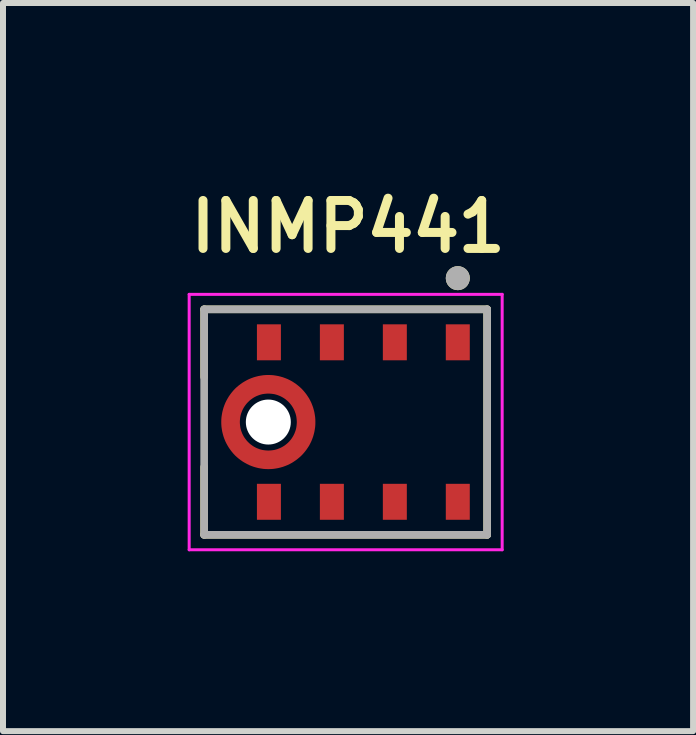
<source format=kicad_pcb>
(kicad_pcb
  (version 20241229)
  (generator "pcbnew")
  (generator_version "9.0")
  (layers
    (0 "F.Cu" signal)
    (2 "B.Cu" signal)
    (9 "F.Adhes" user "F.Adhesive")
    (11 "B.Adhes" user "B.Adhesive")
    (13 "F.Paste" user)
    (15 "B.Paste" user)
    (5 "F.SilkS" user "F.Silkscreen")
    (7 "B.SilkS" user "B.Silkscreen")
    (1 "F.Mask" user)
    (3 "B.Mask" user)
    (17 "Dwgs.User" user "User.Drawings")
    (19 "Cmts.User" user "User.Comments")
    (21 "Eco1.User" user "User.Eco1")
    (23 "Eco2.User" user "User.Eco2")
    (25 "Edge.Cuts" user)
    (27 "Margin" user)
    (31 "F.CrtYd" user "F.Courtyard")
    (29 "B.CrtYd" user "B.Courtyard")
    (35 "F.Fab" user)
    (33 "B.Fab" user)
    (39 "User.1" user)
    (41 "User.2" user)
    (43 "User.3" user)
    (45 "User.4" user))
  (footprint "INMP441"
    (layer "F.Cu")
    (at 2.715 3.989)
    (property "Reference" "INMP441" (at 0.04 -3.258 0) (layer "F.SilkS") (effects (font (size 0.8 0.8) (thickness 0.15))))
    (attr smd)
    (fp_circle (center -1.29 0) (end -0.85 0) (stroke (width 0.88) (type solid)) (fill no) (layer "F.Mask"))
    (fp_line (start -2.36 -1.88) (end -2.36 -0.75) (stroke (width 0.127) (type solid)) (layer "F.SilkS"))
    (fp_line (start -2.36 0.75) (end -2.36 1.88) (stroke (width 0.127) (type solid)) (layer "F.SilkS"))
    (fp_line (start 2.36 -1.88) (end -2.36 -1.88) (stroke (width 0.127) (type solid)) (layer "F.SilkS"))
    (fp_line (start 2.36 -1.88) (end 2.36 1.88) (stroke (width 0.127) (type solid)) (layer "F.SilkS"))
    (fp_line (start 2.36 1.88) (end -2.36 1.88) (stroke (width 0.127) (type solid)) (layer "F.SilkS"))
    (fp_circle (center 1.87 -2.4) (end 1.97 -2.4) (stroke (width 0.2) (type solid)) (fill no) (layer "F.SilkS"))
    (fp_poly (pts (xy -1.455 -1.605) (xy -1.105 -1.605) (xy -1.105 -1.055) (xy -1.455 -1.055)) (stroke (width 0.01) (type solid)) (fill yes) (layer "F.Paste"))
    (fp_poly (pts (xy -1.455 1.055) (xy -1.105 1.055) (xy -1.105 1.605) (xy -1.455 1.605)) (stroke (width 0.01) (type solid)) (fill yes) (layer "F.Paste"))
    (fp_poly (pts (xy -0.405 -1.605) (xy -0.055 -1.605) (xy -0.055 -1.055) (xy -0.405 -1.055)) (stroke (width 0.01) (type solid)) (fill yes) (layer "F.Paste"))
    (fp_poly (pts (xy -0.405 1.055) (xy -0.055 1.055) (xy -0.055 1.605) (xy -0.405 1.605)) (stroke (width 0.01) (type solid)) (fill yes) (layer "F.Paste"))
    (fp_poly (pts (xy 0.645 -1.605) (xy 0.995 -1.605) (xy 0.995 -1.055) (xy 0.645 -1.055)) (stroke (width 0.01) (type solid)) (fill yes) (layer "F.Paste"))
    (fp_poly (pts (xy 0.645 1.055) (xy 0.995 1.055) (xy 0.995 1.605) (xy 0.645 1.605)) (stroke (width 0.01) (type solid)) (fill yes) (layer "F.Paste"))
    (fp_poly (pts (xy 1.695 -1.605) (xy 2.045 -1.605) (xy 2.045 -1.055) (xy 1.695 -1.055)) (stroke (width 0.01) (type solid)) (fill yes) (layer "F.Paste"))
    (fp_poly (pts (xy 1.695 1.055) (xy 2.045 1.055) (xy 2.045 1.605) (xy 1.695 1.605)) (stroke (width 0.01) (type solid)) (fill yes) (layer "F.Paste"))
    (fp_poly (pts (xy -1.584 -0.435) (xy -1.781 -0.632) (xy -1.751 -0.654) (xy -1.719 -0.676) (xy -1.686 -0.696) (xy -1.652 -0.714) (xy -1.617 -0.731) (xy -1.581 -0.745) (xy -1.545 -0.759) (xy -1.508 -0.77) (xy -1.471 -0.78) (xy -1.433 -0.788) (xy -1.395 -0.794) (xy -1.357 -0.798) (xy -1.318 -0.8) (xy -1.28 -0.8) (xy -1.241 -0.799) (xy -1.203 -0.796) (xy -1.165 -0.791) (xy -1.127 -0.784) (xy -1.089 -0.775) (xy -1.052 -0.764) (xy -1.015 -0.752) (xy -0.98 -0.738) (xy -0.944 -0.722) (xy -0.91 -0.704) (xy -0.877 -0.685) (xy -0.844 -0.664) (xy -0.813 -0.642) (xy -0.782 -0.618) (xy -0.753 -0.593) (xy -0.724 -0.566) (xy -0.697 -0.537) (xy -0.672 -0.508) (xy -0.648 -0.477) (xy -0.626 -0.446) (xy -0.605 -0.413) (xy -0.586 -0.38) (xy -0.568 -0.346) (xy -0.552 -0.31) (xy -0.538 -0.275) (xy -0.526 -0.238) (xy -0.515 -0.201) (xy -0.506 -0.163) (xy -0.499 -0.125) (xy -0.494 -0.087) (xy -0.491 -0.049) (xy -0.49 -0.01) (xy -0.49 0.028) (xy -0.492 0.067) (xy -0.496 0.105) (xy -0.502 0.143) (xy -0.51 0.181) (xy -0.52 0.218) (xy -0.531 0.255) (xy -0.545 0.291) (xy -0.559 0.327) (xy -0.576 0.362) (xy -0.594 0.396) (xy -0.614 0.429) (xy -0.636 0.461) (xy -0.658 0.491) (xy -0.855 0.294) (xy -0.844 0.277) (xy -0.831 0.257) (xy -0.82 0.235) (xy -0.81 0.214) (xy -0.8 0.191) (xy -0.792 0.169) (xy -0.784 0.146) (xy -0.778 0.122) (xy -0.773 0.099) (xy -0.769 0.075) (xy -0.766 0.051) (xy -0.764 0.027) (xy -0.763 0.002) (xy -0.764 -0.022) (xy -0.765 -0.046) (xy -0.768 -0.07) (xy -0.772 -0.094) (xy -0.777 -0.117) (xy -0.783 -0.141) (xy -0.79 -0.164) (xy -0.798 -0.187) (xy -0.807 -0.209) (xy -0.817 -0.231) (xy -0.829 -0.253) (xy -0.841 -0.273) (xy -0.854 -0.294) (xy -0.868 -0.313) (xy -0.883 -0.332) (xy -0.899 -0.351) (xy -0.919 -0.371) (xy -0.939 -0.391) (xy -0.958 -0.407) (xy -0.977 -0.422) (xy -0.996 -0.436) (xy -1.017 -0.449) (xy -1.037 -0.461) (xy -1.059 -0.473) (xy -1.081 -0.483) (xy -1.103 -0.492) (xy -1.126 -0.5) (xy -1.149 -0.507) (xy -1.173 -0.513) (xy -1.196 -0.518) (xy -1.22 -0.522) (xy -1.244 -0.525) (xy -1.268 -0.526) (xy -1.292 -0.527) (xy -1.317 -0.526) (xy -1.341 -0.524) (xy -1.365 -0.521) (xy -1.389 -0.517) (xy -1.412 -0.512) (xy -1.436 -0.506) (xy -1.459 -0.498) (xy -1.481 -0.49) (xy -1.504 -0.48) (xy -1.525 -0.47) (xy -1.547 -0.459) (xy -1.567 -0.446) (xy -1.584 -0.435) (xy -1.584 -0.435)) (stroke (width 0.01) (type solid)) (fill yes) (layer "F.Paste"))
    (fp_poly (pts (xy -0.996 0.435) (xy -0.799 0.632) (xy -0.829 0.654) (xy -0.861 0.676) (xy -0.894 0.696) (xy -0.928 0.714) (xy -0.963 0.731) (xy -0.999 0.745) (xy -1.035 0.759) (xy -1.072 0.77) (xy -1.109 0.78) (xy -1.147 0.788) (xy -1.185 0.794) (xy -1.223 0.798) (xy -1.262 0.8) (xy -1.3 0.8) (xy -1.339 0.799) (xy -1.377 0.796) (xy -1.415 0.791) (xy -1.453 0.784) (xy -1.491 0.775) (xy -1.528 0.764) (xy -1.565 0.752) (xy -1.6 0.738) (xy -1.636 0.722) (xy -1.67 0.704) (xy -1.703 0.685) (xy -1.736 0.664) (xy -1.767 0.642) (xy -1.798 0.618) (xy -1.827 0.593) (xy -1.856 0.566) (xy -1.883 0.537) (xy -1.908 0.508) (xy -1.932 0.477) (xy -1.954 0.446) (xy -1.975 0.413) (xy -1.994 0.38) (xy -2.012 0.346) (xy -2.028 0.31) (xy -2.042 0.275) (xy -2.054 0.238) (xy -2.065 0.201) (xy -2.074 0.163) (xy -2.081 0.125) (xy -2.086 0.087) (xy -2.089 0.049) (xy -2.09 0.01) (xy -2.09 -0.028) (xy -2.088 -0.067) (xy -2.084 -0.105) (xy -2.078 -0.143) (xy -2.07 -0.181) (xy -2.06 -0.218) (xy -2.049 -0.255) (xy -2.035 -0.291) (xy -2.021 -0.327) (xy -2.004 -0.362) (xy -1.986 -0.396) (xy -1.966 -0.429) (xy -1.944 -0.461) (xy -1.922 -0.491) (xy -1.725 -0.294) (xy -1.736 -0.277) (xy -1.749 -0.257) (xy -1.76 -0.235) (xy -1.77 -0.214) (xy -1.78 -0.191) (xy -1.788 -0.169) (xy -1.796 -0.146) (xy -1.802 -0.122) (xy -1.807 -0.099) (xy -1.811 -0.075) (xy -1.814 -0.051) (xy -1.816 -0.027) (xy -1.817 -0.002) (xy -1.816 0.022) (xy -1.815 0.046) (xy -1.812 0.07) (xy -1.808 0.094) (xy -1.803 0.117) (xy -1.797 0.141) (xy -1.79 0.164) (xy -1.782 0.187) (xy -1.773 0.209) (xy -1.763 0.231) (xy -1.751 0.253) (xy -1.739 0.273) (xy -1.726 0.294) (xy -1.712 0.313) (xy -1.697 0.332) (xy -1.681 0.351) (xy -1.661 0.371) (xy -1.641 0.391) (xy -1.622 0.407) (xy -1.603 0.422) (xy -1.584 0.436) (xy -1.563 0.449) (xy -1.543 0.461) (xy -1.521 0.473) (xy -1.499 0.483) (xy -1.477 0.492) (xy -1.454 0.5) (xy -1.431 0.507) (xy -1.407 0.513) (xy -1.384 0.518) (xy -1.36 0.522) (xy -1.336 0.525) (xy -1.312 0.526) (xy -1.288 0.527) (xy -1.263 0.526) (xy -1.239 0.524) (xy -1.215 0.521) (xy -1.191 0.517) (xy -1.168 0.512) (xy -1.144 0.506) (xy -1.121 0.498) (xy -1.099 0.49) (xy -1.076 0.48) (xy -1.055 0.47) (xy -1.033 0.459) (xy -1.013 0.446) (xy -0.996 0.435) (xy -0.996 0.435)) (stroke (width 0.01) (type solid)) (fill yes) (layer "F.Paste"))
    (fp_line (start -2.61 -2.13) (end -2.61 2.13) (stroke (width 0.05) (type solid)) (layer "F.CrtYd"))
    (fp_line (start 2.61 -2.13) (end -2.61 -2.13) (stroke (width 0.05) (type solid)) (layer "F.CrtYd"))
    (fp_line (start 2.61 -2.13) (end 2.61 2.13) (stroke (width 0.05) (type solid)) (layer "F.CrtYd"))
    (fp_line (start 2.61 2.13) (end -2.61 2.13) (stroke (width 0.05) (type solid)) (layer "F.CrtYd"))
    (fp_line (start -2.36 -1.88) (end -2.36 1.88) (stroke (width 0.127) (type solid)) (layer "F.Fab"))
    (fp_line (start 2.36 -1.88) (end -2.36 -1.88) (stroke (width 0.127) (type solid)) (layer "F.Fab"))
    (fp_line (start 2.36 -1.88) (end 2.36 1.88) (stroke (width 0.127) (type solid)) (layer "F.Fab"))
    (fp_line (start 2.36 1.88) (end -2.36 1.88) (stroke (width 0.127) (type solid)) (layer "F.Fab"))
    (fp_circle (center 1.87 -2.4) (end 1.97 -2.4) (stroke (width 0.2) (type solid)) (fill no) (layer "F.Fab"))
    (pad "" np_thru_hole circle (at -1.29 0) (size 0.75 0.75) (drill 0.75) (layers "*.Cu" "*.Mask"))
    (pad "1" smd rect (at 1.87 -1.33) (size 0.4 0.6) (layers "F.Cu" "F.Mask"))
    (pad "2" smd rect (at 0.82 -1.33) (size 0.4 0.6) (layers "F.Cu" "F.Mask"))
    (pad "3" smd rect (at -0.23 -1.33) (size 0.4 0.6) (layers "F.Cu" "F.Mask"))
    (pad "4" smd rect (at -1.28 -1.33) (size 0.4 0.6) (layers "F.Cu" "F.Mask"))
    (pad "5" smd custom (at -1.92 0) (size 0.1 0.1) (layers "F.Cu") (options (anchor rect)) (primitives (gr_poly (pts (xy 1.41 -0.003) (xy 1.11 -0.003) (xy 1.109 -0.026) (xy 1.107 -0.051) (xy 1.104 -0.076) (xy 1.1 -0.101) (xy 1.094 -0.125) (xy 1.087 -0.149) (xy 1.078 -0.173) (xy 1.069 -0.196) (xy 1.058 -0.219) (xy 1.046 -0.241) (xy 1.033 -0.262) (xy 1.019 -0.283) (xy 1.003 -0.303) (xy 0.987 -0.322) (xy 0.97 -0.34) (xy 0.952 -0.357) (xy 0.933 -0.373) (xy 0.913 -0.389) (xy 0.892 -0.403) (xy 0.871 -0.416) (xy 0.849 -0.428) (xy 0.826 -0.439) (xy 0.803 -0.448) (xy 0.779 -0.457) (xy 0.755 -0.464) (xy 0.731 -0.47) (xy 0.706 -0.474) (xy 0.681 -0.477) (xy 0.656 -0.479) (xy 0.63 -0.48) (xy 0.605 -0.479) (xy 0.58 -0.477) (xy 0.555 -0.474) (xy 0.53 -0.47) (xy 0.506 -0.464) (xy 0.482 -0.457) (xy 0.458 -0.448) (xy 0.435 -0.439) (xy 0.412 -0.428) (xy 0.39 -0.416) (xy 0.369 -0.403) (xy 0.348 -0.388) (xy 0.328 -0.373) (xy 0.309 -0.357) (xy 0.291 -0.339) (xy 0.273 -0.321) (xy 0.257 -0.302) (xy 0.242 -0.282) (xy 0.227 -0.261) (xy 0.214 -0.24) (xy 0.202 -0.218) (xy 0.191 -0.195) (xy 0.182 -0.172) (xy 0.173 -0.148) (xy 0.166 -0.124) (xy 0.16 -0.1) (xy 0.156 -0.075) (xy 0.153 -0.05) (xy 0.151 -0.025) (xy 0.15 0) (xy 0.151 0.025) (xy 0.153 0.05) (xy 0.156 0.075) (xy 0.16 0.1) (xy 0.166 0.124) (xy 0.173 0.148) (xy 0.182 0.172) (xy 0.191 0.195) (xy 0.202 0.218) (xy 0.214 0.24) (xy 0.227 0.261) (xy 0.242 0.282) (xy 0.257 0.302) (xy 0.273 0.321) (xy 0.291 0.339) (xy 0.309 0.357) (xy 0.328 0.373) (xy 0.348 0.388) (xy 0.369 0.403) (xy 0.39 0.416) (xy 0.412 0.428) (xy 0.435 0.439) (xy 0.458 0.448) (xy 0.482 0.457) (xy 0.506 0.464) (xy 0.53 0.47) (xy 0.555 0.474) (xy 0.58 0.477) (xy 0.605 0.479) (xy 0.63 0.48) (xy 0.656 0.479) (xy 0.681 0.477) (xy 0.706 0.474) (xy 0.731 0.47) (xy 0.755 0.464) (xy 0.779 0.457) (xy 0.803 0.448) (xy 0.826 0.439) (xy 0.849 0.428) (xy 0.871 0.416) (xy 0.892 0.403) (xy 0.913 0.389) (xy 0.933 0.373) (xy 0.952 0.357) (xy 0.97 0.34) (xy 0.987 0.322) (xy 1.003 0.303) (xy 1.019 0.283) (xy 1.033 0.262) (xy 1.046 0.241) (xy 1.058 0.219) (xy 1.069 0.196) (xy 1.078 0.173) (xy 1.087 0.149) (xy 1.094 0.125) (xy 1.1 0.101) (xy 1.104 0.076) (xy 1.107 0.051) (xy 1.109 0.026) (xy 1.11 0.003) (xy 1.41 0.003) (xy 1.409 0.042) (xy 1.406 0.083) (xy 1.4 0.123) (xy 1.393 0.163) (xy 1.383 0.203) (xy 1.372 0.242) (xy 1.358 0.28) (xy 1.343 0.318) (xy 1.325 0.355) (xy 1.306 0.391) (xy 1.284 0.425) (xy 1.261 0.459) (xy 1.236 0.491) (xy 1.21 0.522) (xy 1.182 0.552) (xy 1.152 0.58) (xy 1.121 0.606) (xy 1.089 0.631) (xy 1.055 0.654) (xy 1.021 0.676) (xy 0.985 0.695) (xy 0.948 0.713) (xy 0.91 0.728) (xy 0.872 0.742) (xy 0.833 0.753) (xy 0.793 0.763) (xy 0.753 0.77) (xy 0.713 0.776) (xy 0.672 0.779) (xy 0.63 0.78) (xy 0.589 0.779) (xy 0.548 0.776) (xy 0.508 0.77) (xy 0.468 0.763) (xy 0.428 0.753) (xy 0.389 0.742) (xy 0.35 0.728) (xy 0.313 0.713) (xy 0.276 0.695) (xy 0.24 0.675) (xy 0.205 0.654) (xy 0.172 0.631) (xy 0.139 0.606) (xy 0.108 0.58) (xy 0.078 0.552) (xy 0.05 0.522) (xy 0.024 0.491) (xy -0.001 0.458) (xy -0.024 0.425) (xy -0.045 0.39) (xy -0.065 0.354) (xy -0.083 0.317) (xy -0.098 0.28) (xy -0.112 0.241) (xy -0.123 0.202) (xy -0.133 0.162) (xy -0.14 0.122) (xy -0.146 0.082) (xy -0.149 0.041) (xy -0.15 0) (xy -0.149 -0.041) (xy -0.146 -0.082) (xy -0.14 -0.122) (xy -0.133 -0.162) (xy -0.123 -0.202) (xy -0.112 -0.241) (xy -0.098 -0.28) (xy -0.083 -0.317) (xy -0.065 -0.354) (xy -0.045 -0.39) (xy -0.024 -0.425) (xy -0.001 -0.458) (xy 0.024 -0.491) (xy 0.05 -0.522) (xy 0.078 -0.552) (xy 0.108 -0.58) (xy 0.139 -0.606) (xy 0.172 -0.631) (xy 0.205 -0.654) (xy 0.24 -0.675) (xy 0.276 -0.695) (xy 0.313 -0.713) (xy 0.35 -0.728) (xy 0.389 -0.742) (xy 0.428 -0.753) (xy 0.468 -0.763) (xy 0.508 -0.77) (xy 0.548 -0.776) (xy 0.589 -0.779) (xy 0.63 -0.78) (xy 0.672 -0.779) (xy 0.713 -0.776) (xy 0.753 -0.77) (xy 0.793 -0.763) (xy 0.833 -0.753) (xy 0.872 -0.742) (xy 0.91 -0.728) (xy 0.948 -0.713) (xy 0.985 -0.695) (xy 1.021 -0.676) (xy 1.055 -0.654) (xy 1.089 -0.631) (xy 1.121 -0.606) (xy 1.152 -0.58) (xy 1.182 -0.552) (xy 1.21 -0.522) (xy 1.236 -0.491) (xy 1.261 -0.459) (xy 1.284 -0.425) (xy 1.306 -0.391) (xy 1.325 -0.355) (xy 1.343 -0.318) (xy 1.358 -0.28) (xy 1.372 -0.242) (xy 1.383 -0.203) (xy 1.393 -0.163) (xy 1.4 -0.123) (xy 1.406 -0.083) (xy 1.409 -0.042) (xy 1.41 -0.003) (xy 1.41 -0.003)) (width 0.01) (fill yes))))
    (pad "6" smd rect (at -1.28 1.33) (size 0.4 0.6) (layers "F.Cu" "F.Mask"))
    (pad "7" smd rect (at -0.23 1.33) (size 0.4 0.6) (layers "F.Cu" "F.Mask"))
    (pad "8" smd rect (at 0.82 1.33) (size 0.4 0.6) (layers "F.Cu" "F.Mask"))
    (pad "9" smd rect (at 1.87 1.33) (size 0.4 0.6) (layers "F.Cu" "F.Mask")))
  (gr_rect
    (start -3 -3)
    (end 8.509 9.144)
    (stroke (width 0.1) (type default))
    (fill no)
    (layer "Edge.Cuts")))
</source>
